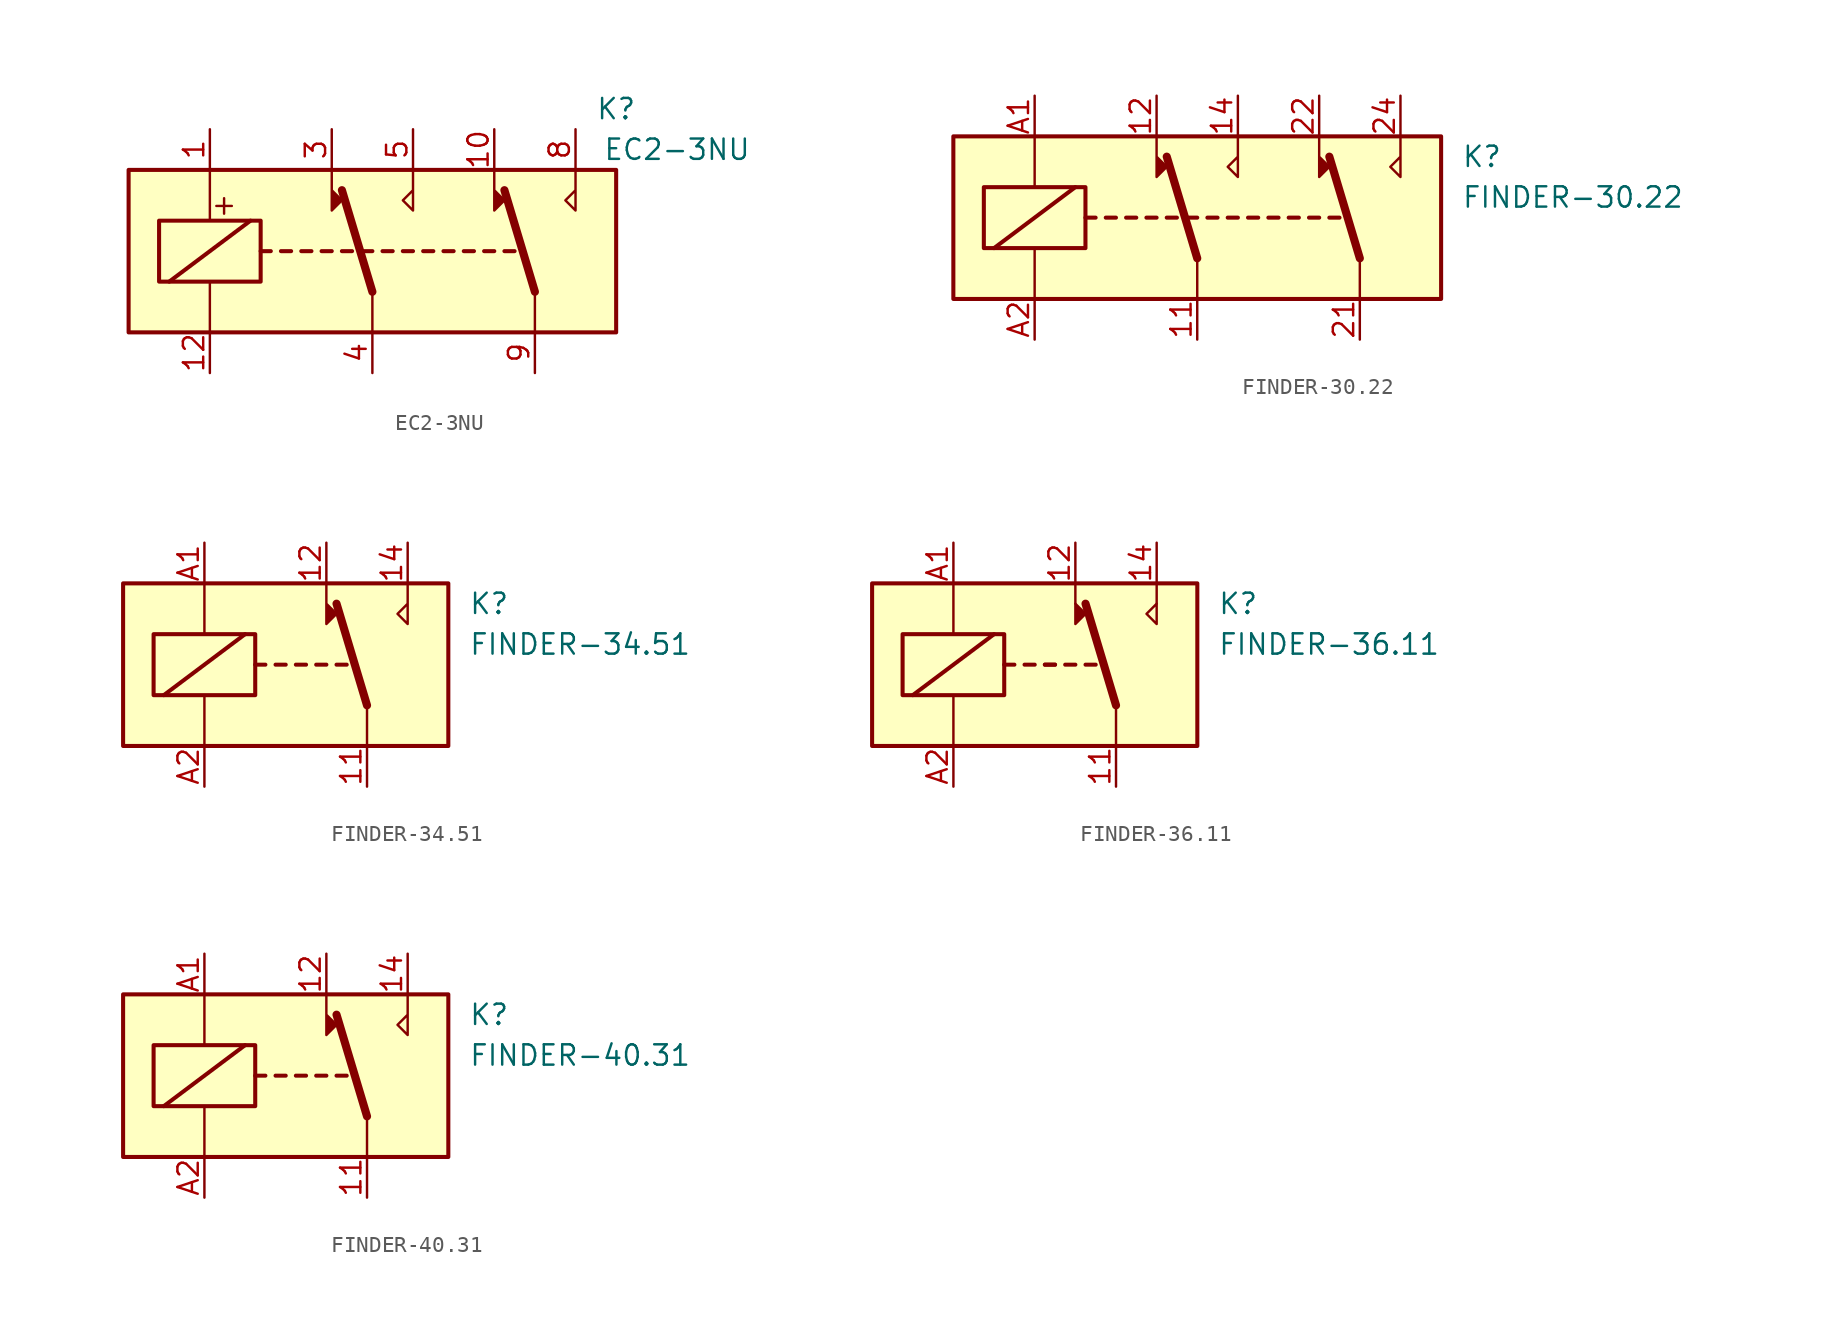
<source format=kicad_sym>
(kicad_symbol_lib
  (version 20231120)
  (generator "kicad_symbol_editor")
  (generator_version "8.0")
  (symbol "EC2-3NU"
    (property "Reference" "K"
      (at 15.24 8.89 0)
      (effects (font (size 1.27 1.27))))
    (property "Value" "EC2-3NU"
      (at 19.05 6.35 0)
      (effects (font (size 1.27 1.27))))
    (symbol "EC2-3NU_1_1"
      (rectangle (start -15.24 5.08) (end 15.24 -5.08) (stroke (width 0.254) (type default)) (fill (type background)))
      (rectangle (start -13.335 1.905) (end -6.985 -1.905) (stroke (width 0.254) (type default)) (fill (type none)))
      (polyline (pts (xy -12.7 -1.905) (xy -7.62 1.905)) (stroke (width 0.254) (type default)) (fill (type none)))
      (polyline (pts (xy -10.16 -5.08) (xy -10.16 -1.905)) (stroke (width 0) (type default)) (fill (type none)))
      (polyline (pts (xy -10.16 5.08) (xy -10.16 1.905)) (stroke (width 0) (type default)) (fill (type none)))
      (polyline (pts (xy -6.985 0) (xy -6.35 0)) (stroke (width 0.254) (type default)) (fill (type none)))
      (polyline (pts (xy -5.715 0) (xy -5.08 0)) (stroke (width 0.254) (type default)) (fill (type none)))
      (polyline (pts (xy -4.445 0) (xy -3.81 0)) (stroke (width 0.254) (type default)) (fill (type none)))
      (polyline (pts (xy -3.175 0) (xy -2.54 0)) (stroke (width 0.254) (type default)) (fill (type none)))
      (polyline (pts (xy -1.905 0) (xy -1.27 0)) (stroke (width 0.254) (type default)) (fill (type none)))
      (polyline (pts (xy -0.635 0) (xy 0 0)) (stroke (width 0.254) (type default)) (fill (type none)))
      (polyline (pts (xy 0 -2.54) (xy -1.905 3.81)) (stroke (width 0.508) (type default)) (fill (type none)))
      (polyline (pts (xy 0 -2.54) (xy 0 -5.08)) (stroke (width 0) (type default)) (fill (type none)))
      (polyline (pts (xy 0.635 0) (xy 1.27 0)) (stroke (width 0.254) (type default)) (fill (type none)))
      (polyline (pts (xy 1.905 0) (xy 2.54 0)) (stroke (width 0.254) (type default)) (fill (type none)))
      (polyline (pts (xy 3.175 0) (xy 3.81 0)) (stroke (width 0.254) (type default)) (fill (type none)))
      (polyline (pts (xy 4.445 0) (xy 5.08 0)) (stroke (width 0.254) (type default)) (fill (type none)))
      (polyline (pts (xy 5.715 0) (xy 6.35 0)) (stroke (width 0.254) (type default)) (fill (type none)))
      (polyline (pts (xy 6.985 0) (xy 7.62 0)) (stroke (width 0.254) (type default)) (fill (type none)))
      (polyline (pts (xy 8.255 0) (xy 8.89 0)) (stroke (width 0.254) (type default)) (fill (type none)))
      (polyline (pts (xy 10.16 -2.54) (xy 8.255 3.81)) (stroke (width 0.508) (type default)) (fill (type none)))
      (polyline (pts (xy 10.16 -2.54) (xy 10.16 -5.08)) (stroke (width 0) (type default)) (fill (type none)))
      (polyline (pts (xy -2.54 5.08) (xy -2.54 2.54) (xy -1.905 3.175) (xy -2.54 3.81)) (stroke (width 0) (type default)) (fill (type outline)))
      (polyline (pts (xy 2.54 5.08) (xy 2.54 2.54) (xy 1.905 3.175) (xy 2.54 3.81)) (stroke (width 0) (type default)) (fill (type none)))
      (polyline (pts (xy 7.62 5.08) (xy 7.62 2.54) (xy 8.255 3.175) (xy 7.62 3.81)) (stroke (width 0) (type default)) (fill (type outline)))
      (polyline (pts (xy 12.7 5.08) (xy 12.7 2.54) (xy 12.065 3.175) (xy 12.7 3.81)) (stroke (width 0) (type default)) (fill (type none)))
      (text "+" (at -9.271 2.921 0) (effects (font (size 1.27 1.27))))
      (pin passive line (at -10.16 7.62 270) (length 2.54) (name "~" (effects (font (size 1.27 1.27)))) (number "1" (effects (font (size 1.27 1.27)))))
      (pin passive line (at 7.62 7.62 270) (length 2.54) (name "~" (effects (font (size 1.27 1.27)))) (number "10" (effects (font (size 1.27 1.27)))))
      (pin passive line (at -10.16 -7.62 90) (length 2.54) (name "~" (effects (font (size 1.27 1.27)))) (number "12" (effects (font (size 1.27 1.27)))))
      (pin passive line (at -2.54 7.62 270) (length 2.54) (name "~" (effects (font (size 1.27 1.27)))) (number "3" (effects (font (size 1.27 1.27)))))
      (pin passive line (at 0 -7.62 90) (length 2.54) (name "~" (effects (font (size 1.27 1.27)))) (number "4" (effects (font (size 1.27 1.27)))))
      (pin passive line (at 2.54 7.62 270) (length 2.54) (name "~" (effects (font (size 1.27 1.27)))) (number "5" (effects (font (size 1.27 1.27)))))
      (pin passive line (at 12.7 7.62 270) (length 2.54) (name "~" (effects (font (size 1.27 1.27)))) (number "8" (effects (font (size 1.27 1.27)))))
      (pin passive line (at 10.16 -7.62 90) (length 2.54) (name "~" (effects (font (size 1.27 1.27)))) (number "9" (effects (font (size 1.27 1.27)))))))
  (symbol "FINDER-30.22"
    (property "Reference" "K"
      (at 16.51 3.81 0)
      (effects (font (size 1.27 1.27)) (justify left)))
    (property "Value" "FINDER-30.22"
      (at 16.51 1.27 0)
      (effects (font (size 1.27 1.27)) (justify left)))
    (symbol "FINDER-30.22_0_0"
      (polyline (pts (xy -2.54 5.08) (xy -2.54 2.54) (xy -1.905 3.175) (xy -2.54 3.81)) (stroke (width 0) (type default)) (fill (type outline)))
      (polyline (pts (xy 2.54 5.08) (xy 2.54 2.54) (xy 1.905 3.175) (xy 2.54 3.81)) (stroke (width 0) (type default)) (fill (type none)))
      (polyline (pts (xy 7.62 5.08) (xy 7.62 2.54) (xy 8.255 3.175) (xy 7.62 3.81)) (stroke (width 0) (type default)) (fill (type outline)))
      (polyline (pts (xy 12.7 5.08) (xy 12.7 2.54) (xy 12.065 3.175) (xy 12.7 3.81)) (stroke (width 0) (type default)) (fill (type none))))
    (symbol "FINDER-30.22_0_1"
      (rectangle (start -15.24 5.08) (end 15.24 -5.08) (stroke (width 0.254) (type default)) (fill (type background)))
      (rectangle (start -13.335 1.905) (end -6.985 -1.905) (stroke (width 0.254) (type default)) (fill (type none)))
      (polyline (pts (xy -12.7 -1.905) (xy -7.62 1.905)) (stroke (width 0.254) (type default)) (fill (type none)))
      (polyline (pts (xy -10.16 -5.08) (xy -10.16 -1.905)) (stroke (width 0) (type default)) (fill (type none)))
      (polyline (pts (xy -10.16 5.08) (xy -10.16 1.905)) (stroke (width 0) (type default)) (fill (type none)))
      (polyline (pts (xy -6.985 0) (xy -6.35 0)) (stroke (width 0.254) (type default)) (fill (type none)))
      (polyline (pts (xy -5.715 0) (xy -5.08 0)) (stroke (width 0.254) (type default)) (fill (type none)))
      (polyline (pts (xy -4.445 0) (xy -3.81 0)) (stroke (width 0.254) (type default)) (fill (type none)))
      (polyline (pts (xy -3.175 0) (xy -2.54 0)) (stroke (width 0.254) (type default)) (fill (type none)))
      (polyline (pts (xy -1.905 0) (xy -1.27 0)) (stroke (width 0.254) (type default)) (fill (type none)))
      (polyline (pts (xy -0.635 0) (xy 0 0)) (stroke (width 0.254) (type default)) (fill (type none)))
      (polyline (pts (xy 0 -2.54) (xy -1.905 3.81)) (stroke (width 0.508) (type default)) (fill (type none)))
      (polyline (pts (xy 0 -2.54) (xy 0 -5.08)) (stroke (width 0) (type default)) (fill (type none)))
      (polyline (pts (xy 0.635 0) (xy 1.27 0)) (stroke (width 0.254) (type default)) (fill (type none)))
      (polyline (pts (xy 1.905 0) (xy 2.54 0)) (stroke (width 0.254) (type default)) (fill (type none)))
      (polyline (pts (xy 3.175 0) (xy 3.81 0)) (stroke (width 0.254) (type default)) (fill (type none)))
      (polyline (pts (xy 4.445 0) (xy 5.08 0)) (stroke (width 0.254) (type default)) (fill (type none)))
      (polyline (pts (xy 5.715 0) (xy 6.35 0)) (stroke (width 0.254) (type default)) (fill (type none)))
      (polyline (pts (xy 6.985 0) (xy 7.62 0)) (stroke (width 0.254) (type default)) (fill (type none)))
      (polyline (pts (xy 8.255 0) (xy 8.89 0)) (stroke (width 0.254) (type default)) (fill (type none)))
      (polyline (pts (xy 10.16 -2.54) (xy 8.255 3.81)) (stroke (width 0.508) (type default)) (fill (type none)))
      (polyline (pts (xy 10.16 -2.54) (xy 10.16 -5.08)) (stroke (width 0) (type default)) (fill (type none))))
    (symbol "FINDER-30.22_1_1"
      (pin passive line (at 0 -7.62 90) (length 2.54) (name "~" (effects (font (size 1.27 1.27)))) (number "11" (effects (font (size 1.27 1.27)))))
      (pin passive line (at -2.54 7.62 270) (length 2.54) (name "~" (effects (font (size 1.27 1.27)))) (number "12" (effects (font (size 1.27 1.27)))))
      (pin passive line (at 2.54 7.62 270) (length 2.54) (name "~" (effects (font (size 1.27 1.27)))) (number "14" (effects (font (size 1.27 1.27)))))
      (pin passive line (at 10.16 -7.62 90) (length 2.54) (name "~" (effects (font (size 1.27 1.27)))) (number "21" (effects (font (size 1.27 1.27)))))
      (pin passive line (at 7.62 7.62 270) (length 2.54) (name "~" (effects (font (size 1.27 1.27)))) (number "22" (effects (font (size 1.27 1.27)))))
      (pin passive line (at 12.7 7.62 270) (length 2.54) (name "~" (effects (font (size 1.27 1.27)))) (number "24" (effects (font (size 1.27 1.27)))))
      (pin passive line (at -10.16 7.62 270) (length 2.54) (name "~" (effects (font (size 1.27 1.27)))) (number "A1" (effects (font (size 1.27 1.27)))))
      (pin passive line (at -10.16 -7.62 90) (length 2.54) (name "~" (effects (font (size 1.27 1.27)))) (number "A2" (effects (font (size 1.27 1.27)))))))
  (symbol "FINDER-34.51"
    (property "Reference" "K"
      (at 11.43 3.81 0)
      (effects (font (size 1.27 1.27)) (justify left)))
    (property "Value" "FINDER-34.51"
      (at 11.43 1.27 0)
      (effects (font (size 1.27 1.27)) (justify left)))
    (symbol "FINDER-34.51_0_0"
      (polyline (pts (xy 7.62 5.08) (xy 7.62 2.54) (xy 6.985 3.175) (xy 7.62 3.81)) (stroke (width 0) (type default)) (fill (type none))))
    (symbol "FINDER-34.51_0_1"
      (rectangle (start -10.16 5.08) (end 10.16 -5.08) (stroke (width 0.254) (type default)) (fill (type background)))
      (rectangle (start -8.255 1.905) (end -1.905 -1.905) (stroke (width 0.254) (type default)) (fill (type none)))
      (polyline (pts (xy -7.62 -1.905) (xy -2.54 1.905)) (stroke (width 0.254) (type default)) (fill (type none)))
      (polyline (pts (xy -5.08 -5.08) (xy -5.08 -1.905)) (stroke (width 0) (type default)) (fill (type none)))
      (polyline (pts (xy -5.08 5.08) (xy -5.08 1.905)) (stroke (width 0) (type default)) (fill (type none)))
      (polyline (pts (xy -1.905 0) (xy -1.27 0)) (stroke (width 0.254) (type default)) (fill (type none)))
      (polyline (pts (xy -0.635 0) (xy 0 0)) (stroke (width 0.254) (type default)) (fill (type none)))
      (polyline (pts (xy 0.635 0) (xy 1.27 0)) (stroke (width 0.254) (type default)) (fill (type none)))
      (polyline (pts (xy 1.905 0) (xy 2.54 0)) (stroke (width 0.254) (type default)) (fill (type none)))
      (polyline (pts (xy 3.175 0) (xy 3.81 0)) (stroke (width 0.254) (type default)) (fill (type none)))
      (polyline (pts (xy 5.08 -2.54) (xy 3.175 3.81)) (stroke (width 0.508) (type default)) (fill (type none)))
      (polyline (pts (xy 5.08 -2.54) (xy 5.08 -5.08)) (stroke (width 0) (type default)) (fill (type none)))
      (polyline (pts (xy 2.54 5.08) (xy 2.54 2.54) (xy 3.175 3.175) (xy 2.54 3.81)) (stroke (width 0) (type default)) (fill (type outline))))
    (symbol "FINDER-34.51_1_1"
      (pin passive line (at 5.08 -7.62 90) (length 2.54) (name "~" (effects (font (size 1.27 1.27)))) (number "11" (effects (font (size 1.27 1.27)))))
      (pin passive line (at 2.54 7.62 270) (length 2.54) (name "~" (effects (font (size 1.27 1.27)))) (number "12" (effects (font (size 1.27 1.27)))))
      (pin passive line (at 7.62 7.62 270) (length 2.54) (name "~" (effects (font (size 1.27 1.27)))) (number "14" (effects (font (size 1.27 1.27)))))
      (pin passive line (at -5.08 7.62 270) (length 2.54) (name "~" (effects (font (size 1.27 1.27)))) (number "A1" (effects (font (size 1.27 1.27)))))
      (pin passive line (at -5.08 -7.62 90) (length 2.54) (name "~" (effects (font (size 1.27 1.27)))) (number "A2" (effects (font (size 1.27 1.27)))))))
  (symbol "FINDER-36.11"
    (property "Reference" "K"
      (at 11.43 3.81 0)
      (effects (font (size 1.27 1.27)) (justify left)))
    (property "Value" "FINDER-36.11"
      (at 11.43 1.27 0)
      (effects (font (size 1.27 1.27)) (justify left)))
    (symbol "FINDER-36.11_0_0"
      (polyline (pts (xy 2.54 3.81) (xy 2.54 5.08)) (stroke (width 0) (type default)) (fill (type none)))
      (polyline (pts (xy 7.62 3.81) (xy 7.62 5.08)) (stroke (width 0) (type default)) (fill (type none)))
      (polyline (pts (xy 7.62 3.81) (xy 7.62 2.54) (xy 6.985 3.175) (xy 7.62 3.81)) (stroke (width 0) (type default)) (fill (type none))))
    (symbol "FINDER-36.11_0_1"
      (rectangle (start -10.16 5.08) (end 10.16 -5.08) (stroke (width 0.254) (type default)) (fill (type background)))
      (rectangle (start -8.255 1.905) (end -1.905 -1.905) (stroke (width 0.254) (type default)) (fill (type none)))
      (polyline (pts (xy -7.62 -1.905) (xy -2.54 1.905)) (stroke (width 0.254) (type default)) (fill (type none)))
      (polyline (pts (xy -5.08 -5.08) (xy -5.08 -1.905)) (stroke (width 0) (type default)) (fill (type none)))
      (polyline (pts (xy -5.08 5.08) (xy -5.08 1.905)) (stroke (width 0) (type default)) (fill (type none)))
      (polyline (pts (xy -1.905 0) (xy -1.27 0)) (stroke (width 0.254) (type default)) (fill (type none)))
      (polyline (pts (xy -0.635 0) (xy 0 0)) (stroke (width 0.254) (type default)) (fill (type none)))
      (polyline (pts (xy 0.635 0) (xy 1.27 0)) (stroke (width 0.254) (type default)) (fill (type none)))
      (polyline (pts (xy 0.635 0) (xy 1.27 0)) (stroke (width 0.254) (type default)) (fill (type none)))
      (polyline (pts (xy 1.905 0) (xy 2.54 0)) (stroke (width 0.254) (type default)) (fill (type none)))
      (polyline (pts (xy 3.175 0) (xy 3.81 0)) (stroke (width 0.254) (type default)) (fill (type none)))
      (polyline (pts (xy 5.08 -2.54) (xy 3.175 3.81)) (stroke (width 0.508) (type default)) (fill (type none)))
      (polyline (pts (xy 5.08 -2.54) (xy 5.08 -5.08)) (stroke (width 0) (type default)) (fill (type none)))
      (polyline (pts (xy 2.54 2.54) (xy 2.54 3.81) (xy 2.54 2.54) (xy 2.54 2.54) (xy 3.175 3.175) (xy 2.54 3.81)) (stroke (width 0) (type default)) (fill (type outline))))
    (symbol "FINDER-36.11_1_1"
      (pin passive line (at 5.08 -7.62 90) (length 2.54) (name "~" (effects (font (size 1.27 1.27)))) (number "11" (effects (font (size 1.27 1.27)))))
      (pin passive line (at 2.54 7.62 270) (length 2.54) (name "~" (effects (font (size 1.27 1.27)))) (number "12" (effects (font (size 1.27 1.27)))))
      (pin passive line (at 7.62 7.62 270) (length 2.54) (name "~" (effects (font (size 1.27 1.27)))) (number "14" (effects (font (size 1.27 1.27)))))
      (pin passive line (at -5.08 7.62 270) (length 2.54) (name "~" (effects (font (size 1.27 1.27)))) (number "A1" (effects (font (size 1.27 1.27)))))
      (pin passive line (at -5.08 -7.62 90) (length 2.54) (name "~" (effects (font (size 1.27 1.27)))) (number "A2" (effects (font (size 1.27 1.27)))))))
  (symbol "FINDER-40.31"
    (property "Reference" "K"
      (at 11.43 3.81 0)
      (effects (font (size 1.27 1.27)) (justify left)))
    (property "Value" "FINDER-40.31"
      (at 11.43 1.27 0)
      (effects (font (size 1.27 1.27)) (justify left)))
    (symbol "FINDER-40.31_0_0"
      (polyline (pts (xy 7.62 5.08) (xy 7.62 2.54) (xy 6.985 3.175) (xy 7.62 3.81)) (stroke (width 0) (type default)) (fill (type none))))
    (symbol "FINDER-40.31_0_1"
      (rectangle (start -10.16 5.08) (end 10.16 -5.08) (stroke (width 0.254) (type default)) (fill (type background)))
      (rectangle (start -8.255 1.905) (end -1.905 -1.905) (stroke (width 0.254) (type default)) (fill (type none)))
      (polyline (pts (xy -7.62 -1.905) (xy -2.54 1.905)) (stroke (width 0.254) (type default)) (fill (type none)))
      (polyline (pts (xy -5.08 -5.08) (xy -5.08 -1.905)) (stroke (width 0) (type default)) (fill (type none)))
      (polyline (pts (xy -5.08 5.08) (xy -5.08 1.905)) (stroke (width 0) (type default)) (fill (type none)))
      (polyline (pts (xy -1.905 0) (xy -1.27 0)) (stroke (width 0.254) (type default)) (fill (type none)))
      (polyline (pts (xy -0.635 0) (xy 0 0)) (stroke (width 0.254) (type default)) (fill (type none)))
      (polyline (pts (xy 0.635 0) (xy 1.27 0)) (stroke (width 0.254) (type default)) (fill (type none)))
      (polyline (pts (xy 1.905 0) (xy 2.54 0)) (stroke (width 0.254) (type default)) (fill (type none)))
      (polyline (pts (xy 3.175 0) (xy 3.81 0)) (stroke (width 0.254) (type default)) (fill (type none)))
      (polyline (pts (xy 5.08 -2.54) (xy 3.175 3.81)) (stroke (width 0.508) (type default)) (fill (type none)))
      (polyline (pts (xy 5.08 -2.54) (xy 5.08 -5.08)) (stroke (width 0) (type default)) (fill (type none)))
      (polyline (pts (xy 2.54 5.08) (xy 2.54 2.54) (xy 3.175 3.175) (xy 2.54 3.81)) (stroke (width 0) (type default)) (fill (type outline))))
    (symbol "FINDER-40.31_1_1"
      (pin passive line (at 5.08 -7.62 90) (length 2.54) (name "~" (effects (font (size 1.27 1.27)))) (number "11" (effects (font (size 1.27 1.27)))))
      (pin passive line (at 2.54 7.62 270) (length 2.54) (name "~" (effects (font (size 1.27 1.27)))) (number "12" (effects (font (size 1.27 1.27)))))
      (pin passive line (at 7.62 7.62 270) (length 2.54) (name "~" (effects (font (size 1.27 1.27)))) (number "14" (effects (font (size 1.27 1.27)))))
      (pin passive line (at -5.08 7.62 270) (length 2.54) (name "~" (effects (font (size 1.27 1.27)))) (number "A1" (effects (font (size 1.27 1.27)))))
      (pin passive line (at -5.08 -7.62 90) (length 2.54) (name "~" (effects (font (size 1.27 1.27)))) (number "A2" (effects (font (size 1.27 1.27))))))))
</source>
